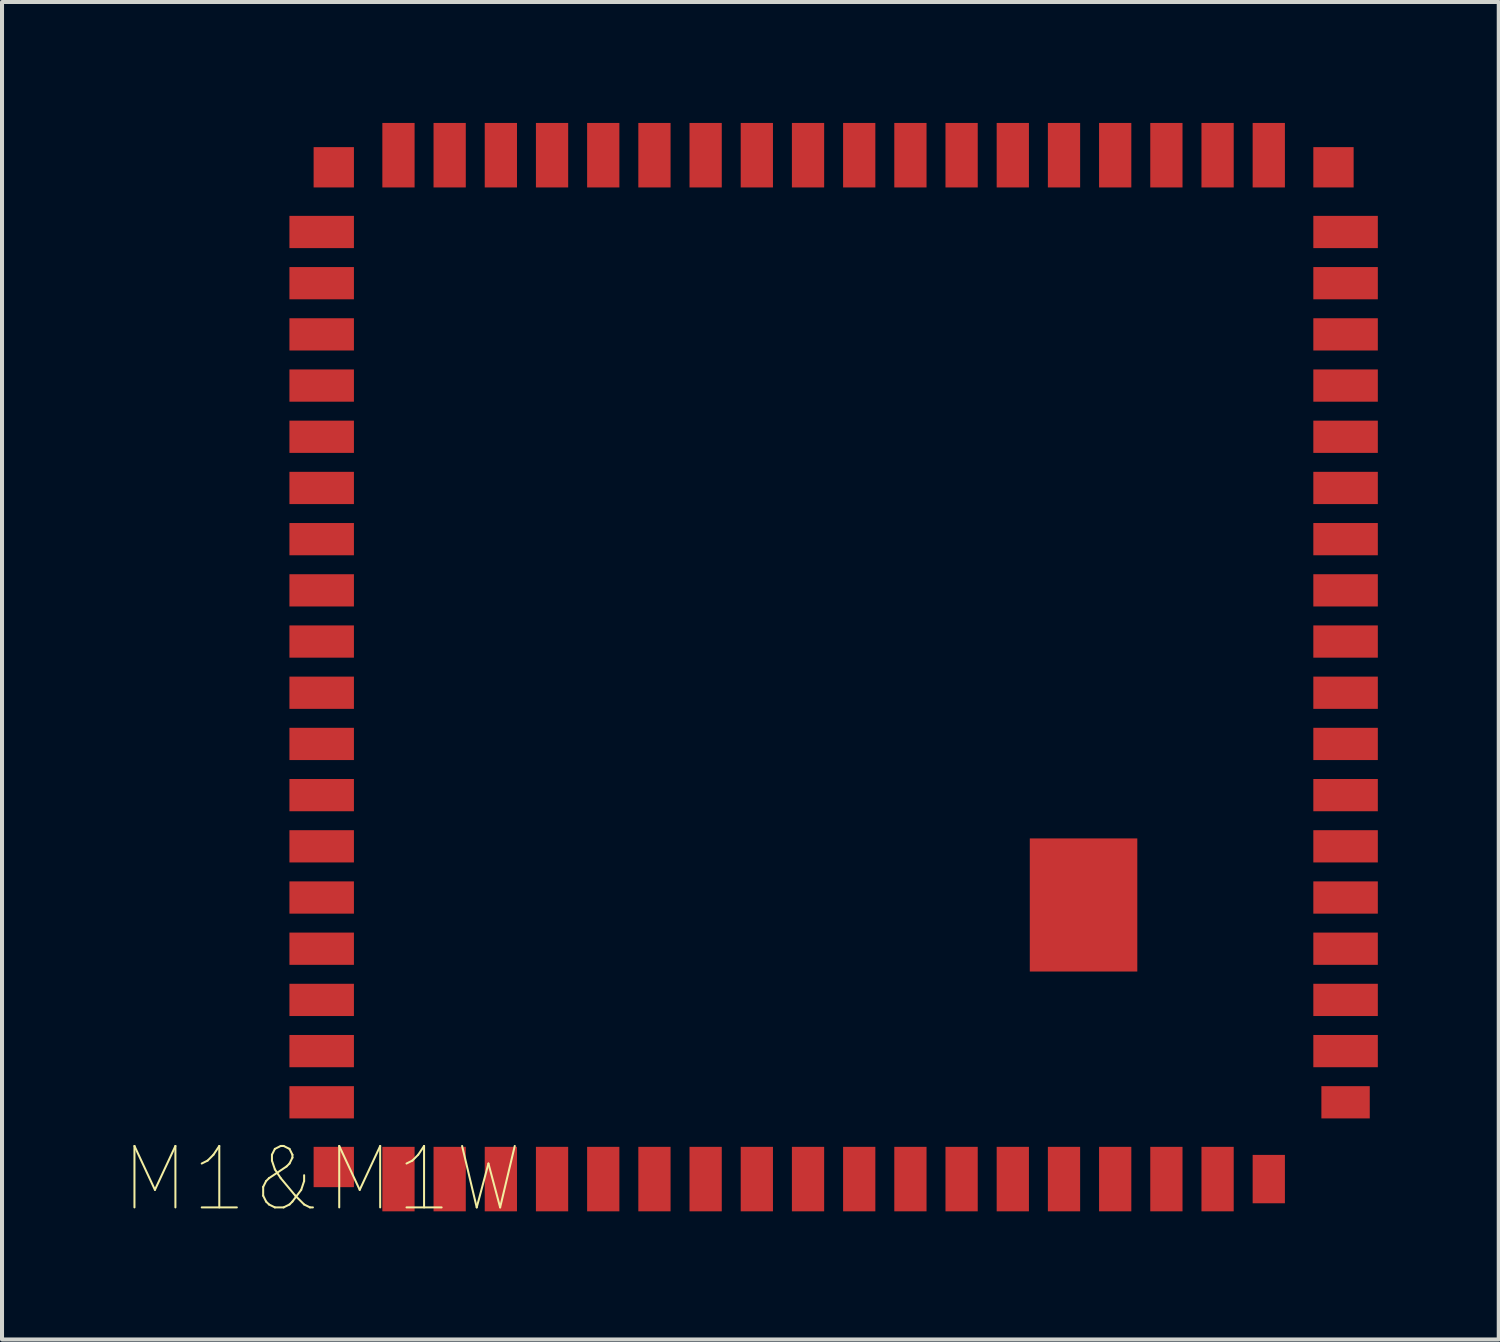
<source format=kicad_pcb>
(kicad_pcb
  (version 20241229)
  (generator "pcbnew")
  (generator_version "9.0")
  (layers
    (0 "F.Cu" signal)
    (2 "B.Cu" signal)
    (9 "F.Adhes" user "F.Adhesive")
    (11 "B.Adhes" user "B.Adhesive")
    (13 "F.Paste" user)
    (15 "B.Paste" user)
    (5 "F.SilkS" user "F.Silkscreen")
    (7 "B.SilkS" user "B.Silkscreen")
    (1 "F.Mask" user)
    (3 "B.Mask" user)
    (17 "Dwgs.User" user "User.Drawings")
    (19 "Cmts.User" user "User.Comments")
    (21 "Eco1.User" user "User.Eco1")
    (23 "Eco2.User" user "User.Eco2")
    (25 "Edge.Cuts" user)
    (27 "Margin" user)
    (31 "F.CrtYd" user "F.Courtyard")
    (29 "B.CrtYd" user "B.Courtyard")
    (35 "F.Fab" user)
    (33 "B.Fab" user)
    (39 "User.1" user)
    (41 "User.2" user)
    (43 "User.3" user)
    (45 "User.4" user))
  (footprint "M1&M1W"
    (layer "F.Cu")
    (at 4.93 26.2)
    (property "Reference" "M1&M1W" (at 0 0 0) (layer "F.SilkS") (effects (font (size 1.524 1.524) (thickness 0.05))))
    (attr smd)
    (pad "0" smd rect (at 0.3 -25.1 270) (size 1 1) (layers "F.Cu" "F.Mask" "F.Paste"))
    (pad "0" smd rect (at 0.3 -0.3 270) (size 1 1) (layers "F.Cu" "F.Mask" "F.Paste"))
    (pad "0" smd rect (at 18.9 -6.8 270) (size 3.302 2.667) (layers "F.Cu" "F.Mask" "F.Paste"))
    (pad "0" smd rect (at 25.1 -25.1 270) (size 1 1) (layers "F.Cu" "F.Mask" "F.Paste"))
    (pad "1" smd rect (at 25.4 -1.905 270) (size 0.8 1.2) (layers "F.Cu" "F.Mask" "F.Paste"))
    (pad "2" smd rect (at 25.4 -3.175 270) (size 0.8 1.6) (layers "F.Cu" "F.Mask" "F.Paste"))
    (pad "3" smd rect (at 25.4 -4.445 270) (size 0.8 1.6) (layers "F.Cu" "F.Mask" "F.Paste"))
    (pad "4" smd rect (at 25.4 -5.715 270) (size 0.8 1.6) (layers "F.Cu" "F.Mask" "F.Paste"))
    (pad "5" smd rect (at 25.4 -6.985 270) (size 0.8 1.6) (layers "F.Cu" "F.Mask" "F.Paste"))
    (pad "6" smd rect (at 25.4 -8.255 270) (size 0.8 1.6) (layers "F.Cu" "F.Mask" "F.Paste"))
    (pad "7" smd rect (at 25.4 -9.525 270) (size 0.8 1.6) (layers "F.Cu" "F.Mask" "F.Paste"))
    (pad "8" smd rect (at 25.4 -10.795 270) (size 0.8 1.6) (layers "F.Cu" "F.Mask" "F.Paste"))
    (pad "9" smd rect (at 25.4 -12.065 270) (size 0.8 1.6) (layers "F.Cu" "F.Mask" "F.Paste"))
    (pad "10" smd rect (at 25.4 -13.335 270) (size 0.8 1.6) (layers "F.Cu" "F.Mask" "F.Paste"))
    (pad "11" smd rect (at 25.4 -14.605 270) (size 0.8 1.6) (layers "F.Cu" "F.Mask" "F.Paste"))
    (pad "12" smd rect (at 25.4 -15.875 270) (size 0.8 1.6) (layers "F.Cu" "F.Mask" "F.Paste"))
    (pad "13" smd rect (at 25.4 -17.145 270) (size 0.8 1.6) (layers "F.Cu" "F.Mask" "F.Paste"))
    (pad "14" smd rect (at 25.4 -18.415 270) (size 0.8 1.6) (layers "F.Cu" "F.Mask" "F.Paste"))
    (pad "15" smd rect (at 25.4 -19.685 270) (size 0.8 1.6) (layers "F.Cu" "F.Mask" "F.Paste"))
    (pad "16" smd rect (at 25.4 -20.955 270) (size 0.8 1.6) (layers "F.Cu" "F.Mask" "F.Paste"))
    (pad "17" smd rect (at 25.4 -22.225 270) (size 0.8 1.6) (layers "F.Cu" "F.Mask" "F.Paste"))
    (pad "18" smd rect (at 25.4 -23.495 270) (size 0.8 1.6) (layers "F.Cu" "F.Mask" "F.Paste"))
    (pad "19" smd rect (at 23.495 -25.4) (size 0.8 1.6) (layers "F.Cu" "F.Mask" "F.Paste"))
    (pad "20" smd rect (at 22.225 -25.4) (size 0.8 1.6) (layers "F.Cu" "F.Mask" "F.Paste"))
    (pad "21" smd rect (at 20.955 -25.4) (size 0.8 1.6) (layers "F.Cu" "F.Mask" "F.Paste"))
    (pad "22" smd rect (at 19.685 -25.4) (size 0.8 1.6) (layers "F.Cu" "F.Mask" "F.Paste"))
    (pad "23" smd rect (at 18.415 -25.4) (size 0.8 1.6) (layers "F.Cu" "F.Mask" "F.Paste"))
    (pad "24" smd rect (at 17.145 -25.4) (size 0.8 1.6) (layers "F.Cu" "F.Mask" "F.Paste"))
    (pad "25" smd rect (at 15.875 -25.4) (size 0.8 1.6) (layers "F.Cu" "F.Mask" "F.Paste"))
    (pad "26" smd rect (at 14.605 -25.4) (size 0.8 1.6) (layers "F.Cu" "F.Mask" "F.Paste"))
    (pad "27" smd rect (at 13.335 -25.4) (size 0.8 1.6) (layers "F.Cu" "F.Mask" "F.Paste"))
    (pad "28" smd rect (at 12.065 -25.4) (size 0.8 1.6) (layers "F.Cu" "F.Mask" "F.Paste"))
    (pad "29" smd rect (at 10.795 -25.4) (size 0.8 1.6) (layers "F.Cu" "F.Mask" "F.Paste"))
    (pad "30" smd rect (at 9.525 -25.4) (size 0.8 1.6) (layers "F.Cu" "F.Mask" "F.Paste"))
    (pad "31" smd rect (at 8.255 -25.4) (size 0.8 1.6) (layers "F.Cu" "F.Mask" "F.Paste"))
    (pad "32" smd rect (at 6.985 -25.4) (size 0.8 1.6) (layers "F.Cu" "F.Mask" "F.Paste"))
    (pad "33" smd rect (at 5.715 -25.4) (size 0.8 1.6) (layers "F.Cu" "F.Mask" "F.Paste"))
    (pad "34" smd rect (at 4.445 -25.4) (size 0.8 1.6) (layers "F.Cu" "F.Mask" "F.Paste"))
    (pad "35" smd rect (at 3.175 -25.4) (size 0.8 1.6) (layers "F.Cu" "F.Mask" "F.Paste"))
    (pad "36" smd rect (at 1.905 -25.4) (size 0.8 1.6) (layers "F.Cu" "F.Mask" "F.Paste"))
    (pad "37" smd rect (at 0 -23.495 270) (size 0.8 1.6) (layers "F.Cu" "F.Mask" "F.Paste"))
    (pad "38" smd rect (at 0 -22.225 270) (size 0.8 1.6) (layers "F.Cu" "F.Mask" "F.Paste"))
    (pad "39" smd rect (at 0 -20.955 270) (size 0.8 1.6) (layers "F.Cu" "F.Mask" "F.Paste"))
    (pad "40" smd rect (at 0 -19.685 270) (size 0.8 1.6) (layers "F.Cu" "F.Mask" "F.Paste"))
    (pad "41" smd rect (at 0 -18.415 270) (size 0.8 1.6) (layers "F.Cu" "F.Mask" "F.Paste"))
    (pad "42" smd rect (at 0 -17.145 270) (size 0.8 1.6) (layers "F.Cu" "F.Mask" "F.Paste"))
    (pad "43" smd rect (at 0 -15.875 270) (size 0.8 1.6) (layers "F.Cu" "F.Mask" "F.Paste"))
    (pad "44" smd rect (at 0 -14.605 270) (size 0.8 1.6) (layers "F.Cu" "F.Mask" "F.Paste"))
    (pad "45" smd rect (at 0 -13.335 270) (size 0.8 1.6) (layers "F.Cu" "F.Mask" "F.Paste"))
    (pad "46" smd rect (at 0 -12.065 270) (size 0.8 1.6) (layers "F.Cu" "F.Mask" "F.Paste"))
    (pad "47" smd rect (at 0 -10.795 270) (size 0.8 1.6) (layers "F.Cu" "F.Mask" "F.Paste"))
    (pad "48" smd rect (at 0 -9.525 270) (size 0.8 1.6) (layers "F.Cu" "F.Mask" "F.Paste"))
    (pad "49" smd rect (at 0 -8.255 270) (size 0.8 1.6) (layers "F.Cu" "F.Mask" "F.Paste"))
    (pad "50" smd rect (at 0 -6.985 270) (size 0.8 1.6) (layers "F.Cu" "F.Mask" "F.Paste"))
    (pad "51" smd rect (at 0 -5.715 270) (size 0.8 1.6) (layers "F.Cu" "F.Mask" "F.Paste"))
    (pad "52" smd rect (at 0 -4.445 270) (size 0.8 1.6) (layers "F.Cu" "F.Mask" "F.Paste"))
    (pad "53" smd rect (at 0 -3.175 270) (size 0.8 1.6) (layers "F.Cu" "F.Mask" "F.Paste"))
    (pad "54" smd rect (at 0 -1.905 270) (size 0.8 1.6) (layers "F.Cu" "F.Mask" "F.Paste"))
    (pad "55" smd rect (at 1.905 0) (size 0.8 1.6) (layers "F.Cu" "F.Mask" "F.Paste"))
    (pad "56" smd rect (at 3.175 0) (size 0.8 1.6) (layers "F.Cu" "F.Mask" "F.Paste"))
    (pad "57" smd rect (at 4.445 0) (size 0.8 1.6) (layers "F.Cu" "F.Mask" "F.Paste"))
    (pad "58" smd rect (at 5.715 0) (size 0.8 1.6) (layers "F.Cu" "F.Mask" "F.Paste"))
    (pad "59" smd rect (at 6.985 0) (size 0.8 1.6) (layers "F.Cu" "F.Mask" "F.Paste"))
    (pad "60" smd rect (at 8.255 0) (size 0.8 1.6) (layers "F.Cu" "F.Mask" "F.Paste"))
    (pad "61" smd rect (at 9.525 0) (size 0.8 1.6) (layers "F.Cu" "F.Mask" "F.Paste"))
    (pad "62" smd rect (at 10.795 0) (size 0.8 1.6) (layers "F.Cu" "F.Mask" "F.Paste"))
    (pad "63" smd rect (at 12.065 0) (size 0.8 1.6) (layers "F.Cu" "F.Mask" "F.Paste"))
    (pad "64" smd rect (at 13.335 0) (size 0.8 1.6) (layers "F.Cu" "F.Mask" "F.Paste"))
    (pad "65" smd rect (at 14.605 0) (size 0.8 1.6) (layers "F.Cu" "F.Mask" "F.Paste"))
    (pad "66" smd rect (at 15.875 0) (size 0.8 1.6) (layers "F.Cu" "F.Mask" "F.Paste"))
    (pad "67" smd rect (at 17.145 0) (size 0.8 1.6) (layers "F.Cu" "F.Mask" "F.Paste"))
    (pad "68" smd rect (at 18.415 0) (size 0.8 1.6) (layers "F.Cu" "F.Mask" "F.Paste"))
    (pad "69" smd rect (at 19.685 0) (size 0.8 1.6) (layers "F.Cu" "F.Mask" "F.Paste"))
    (pad "70" smd rect (at 20.955 0) (size 0.8 1.6) (layers "F.Cu" "F.Mask" "F.Paste"))
    (pad "71" smd rect (at 22.225 0) (size 0.8 1.6) (layers "F.Cu" "F.Mask" "F.Paste"))
    (pad "72" smd rect (at 23.495 0) (size 0.8 1.2) (layers "F.Cu" "F.Mask" "F.Paste")))
  (gr_rect
    (start -3 -3)
    (end 34.13 30.179)
    (stroke (width 0.1) (type default))
    (fill no)
    (layer "Edge.Cuts")))
</source>
